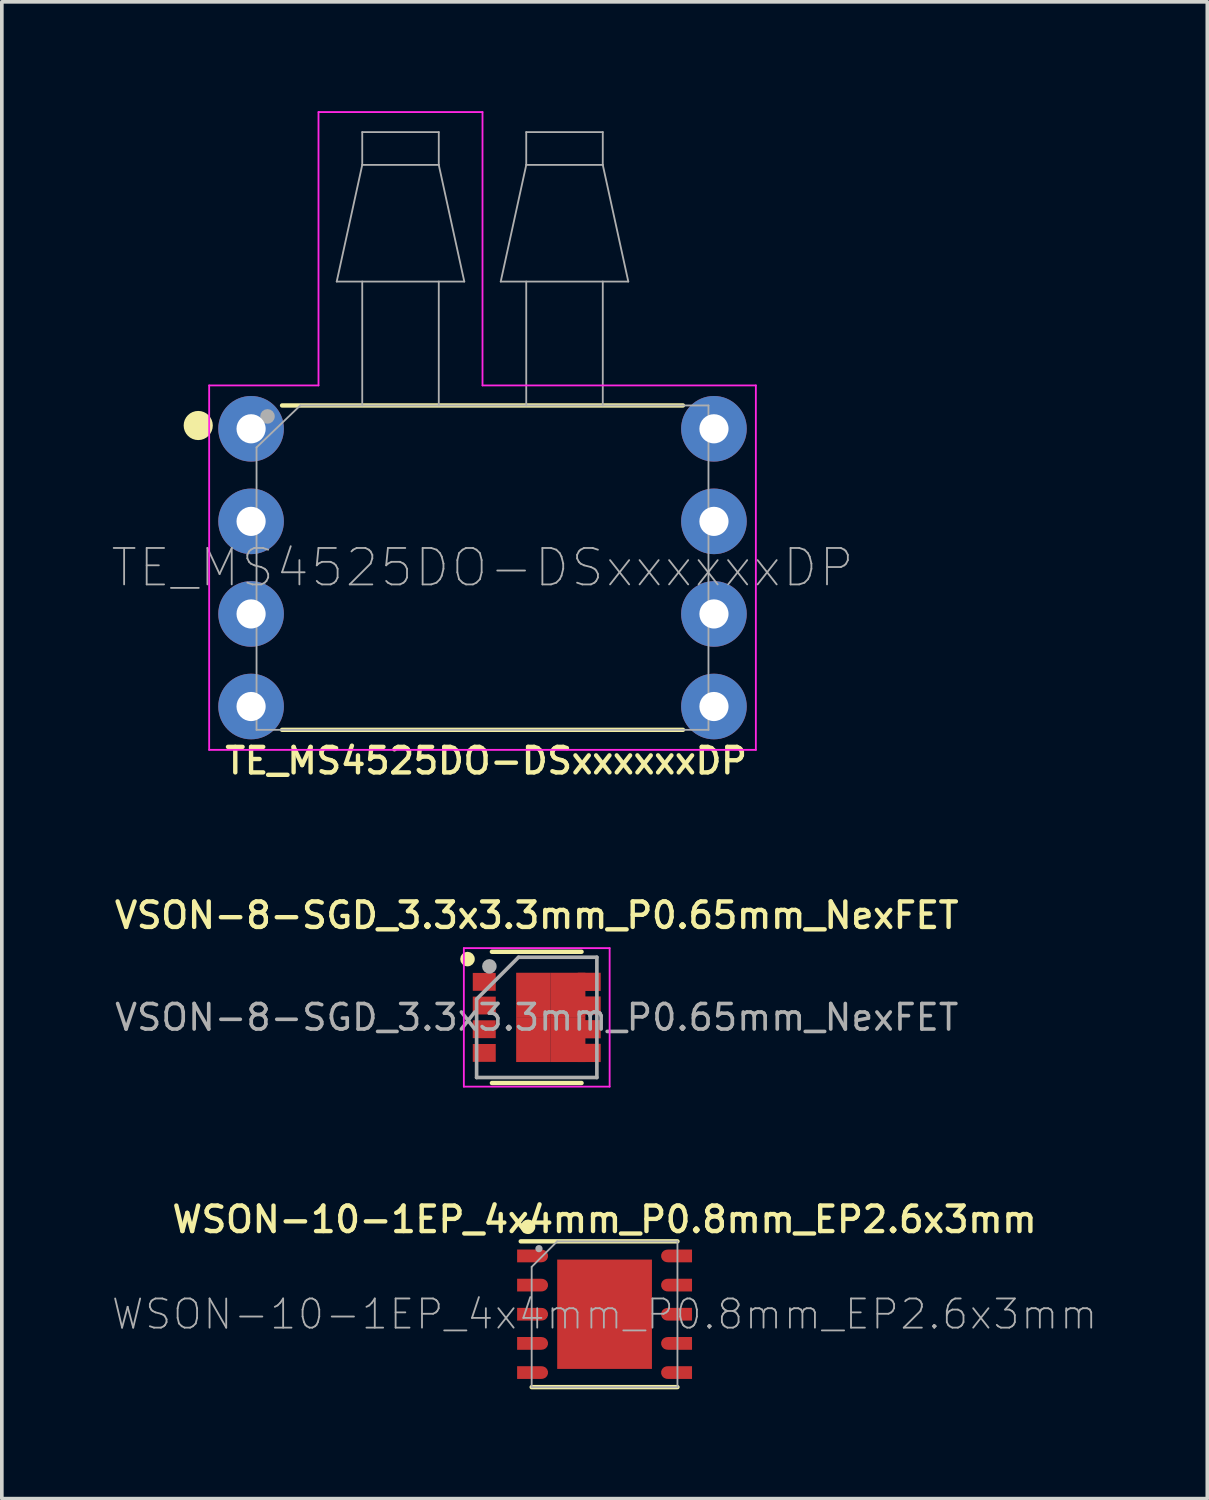
<source format=kicad_pcb>
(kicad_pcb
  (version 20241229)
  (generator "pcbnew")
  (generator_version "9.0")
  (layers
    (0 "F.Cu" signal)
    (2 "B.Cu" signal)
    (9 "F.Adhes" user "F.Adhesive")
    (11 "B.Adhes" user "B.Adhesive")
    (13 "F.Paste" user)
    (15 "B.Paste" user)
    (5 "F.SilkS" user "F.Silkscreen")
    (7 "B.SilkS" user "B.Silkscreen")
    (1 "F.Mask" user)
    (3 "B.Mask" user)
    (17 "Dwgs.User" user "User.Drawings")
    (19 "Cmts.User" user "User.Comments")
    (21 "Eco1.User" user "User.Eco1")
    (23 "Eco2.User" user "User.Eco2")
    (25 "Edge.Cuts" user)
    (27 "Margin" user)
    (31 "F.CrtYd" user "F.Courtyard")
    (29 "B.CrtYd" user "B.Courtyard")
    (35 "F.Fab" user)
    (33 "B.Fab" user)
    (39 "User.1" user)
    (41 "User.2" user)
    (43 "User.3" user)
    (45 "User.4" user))
  (footprint "WSON-10-1EP_4x4mm_P0.8mm_EP2.6x3mm"
    (layer "F.Cu")
    (at 13.538 33.01)
    (property "Reference" "WSON-10-1EP_4x4mm_P0.8mm_EP2.6x3mm" (at 0 -2.6 0) (layer "F.SilkS") (effects (font (size 0.7 0.7) (thickness 0.12))))
    (attr smd)
    (fp_line (start -2.3 -2) (end 2 -2) (stroke (width 0.12) (type solid)) (layer "F.SilkS"))
    (fp_line (start 2 2) (end -2 2) (stroke (width 0.12) (type solid)) (layer "F.SilkS"))
    (fp_circle (center -2.1 -2.4) (end -2 -2.4) (stroke (width 0.2) (type solid)) (fill no) (layer "F.SilkS"))
    (fp_line (start -2 -1.3) (end -1.3 -2) (stroke (width 0.05) (type solid)) (layer "F.Fab"))
    (fp_line (start -2 2) (end -2 -1.3) (stroke (width 0.05) (type solid)) (layer "F.Fab"))
    (fp_line (start -1.3 -2) (end 2 -2) (stroke (width 0.05) (type solid)) (layer "F.Fab"))
    (fp_line (start 2 -2) (end 2 2) (stroke (width 0.05) (type solid)) (layer "F.Fab"))
    (fp_line (start 2 2) (end -2 2) (stroke (width 0.05) (type solid)) (layer "F.Fab"))
    (fp_circle (center -1.8 -1.8) (end -1.75 -1.8) (stroke (width 0.1) (type solid)) (fill no) (layer "F.Fab"))
    (fp_text user "${REFERENCE}" (at 0 0 0) (layer "F.Fab") (effects (font (size 0.8 0.8) (thickness 0.05))))
    (pad "" smd rect (at -0.725 -0.725) (size 1.15 1.15) (layers "F.Paste"))
    (pad "" smd rect (at -0.725 0.725) (size 1.15 1.15) (layers "F.Paste"))
    (pad "" smd rect (at 0.725 -0.725) (size 1.15 1.15) (layers "F.Paste"))
    (pad "" smd rect (at 0.725 0.725) (size 1.15 1.15) (layers "F.Paste"))
    (pad "1" smd custom (at -2.062 -1.6) (size 0.675 0.35) (layers "F.Cu" "F.Mask" "F.Paste") (options (anchor rect)) (primitives (gr_circle (center 0.338 0) (end 0.512 0) (width 0) (fill yes))))
    (pad "2" smd custom (at -2.062 -0.8) (size 0.675 0.35) (layers "F.Cu" "F.Mask" "F.Paste") (options (anchor rect)) (primitives (gr_circle (center 0.338 0) (end 0.512 0) (width 0) (fill yes))))
    (pad "3" smd custom (at -2.062 0) (size 0.675 0.35) (layers "F.Cu" "F.Mask" "F.Paste") (options (anchor rect)) (primitives (gr_circle (center 0.338 0) (end 0.512 0) (width 0) (fill yes))))
    (pad "4" smd custom (at -2.062 0.8) (size 0.675 0.35) (layers "F.Cu" "F.Mask" "F.Paste") (options (anchor rect)) (primitives (gr_circle (center 0.338 0) (end 0.512 0) (width 0) (fill yes))))
    (pad "5" smd custom (at -2.062 1.6) (size 0.675 0.35) (layers "F.Cu" "F.Mask" "F.Paste") (options (anchor rect)) (primitives (gr_circle (center 0.338 0) (end 0.512 0) (width 0) (fill yes))))
    (pad "6" smd custom (at 2.062 1.6 180) (size 0.675 0.35) (layers "F.Cu" "F.Mask" "F.Paste") (options (anchor rect)) (primitives (gr_circle (center 0.338 0) (end 0.512 0) (width 0) (fill yes))))
    (pad "7" smd custom (at 2.062 0.8 180) (size 0.675 0.35) (layers "F.Cu" "F.Mask" "F.Paste") (options (anchor rect)) (primitives (gr_circle (center 0.338 0) (end 0.512 0) (width 0) (fill yes))))
    (pad "8" smd custom (at 2.062 0 180) (size 0.675 0.35) (layers "F.Cu" "F.Mask" "F.Paste") (options (anchor rect)) (primitives (gr_circle (center 0.338 0) (end 0.512 0) (width 0) (fill yes))))
    (pad "9" smd custom (at 2.062 -0.8 180) (size 0.675 0.35) (layers "F.Cu" "F.Mask" "F.Paste") (options (anchor rect)) (primitives (gr_circle (center 0.338 0) (end 0.512 0) (width 0) (fill yes))))
    (pad "10" smd custom (at 2.062 -1.6 180) (size 0.675 0.35) (layers "F.Cu" "F.Mask" "F.Paste") (options (anchor rect)) (primitives (gr_circle (center 0.338 0) (end 0.512 0) (width 0) (fill yes))))
    (pad "11" smd rect (at 0 0) (size 2.6 3) (layers "F.Cu" "F.Mask")))
  (footprint "TE_MS4525DO-DSxxxxxxDP"
    (layer "F.Cu")
    (at 10.189 12.525)
    (property "Reference" "TE_MS4525DO-DSxxxxxxDP" (at 0.1 5.3 0) (layer "F.SilkS") (effects (font (size 0.7 0.7) (thickness 0.12))))
    (attr through_hole)
    (fp_line (start -5.5 4.45) (end 5.5 4.45) (stroke (width 0.12) (type solid)) (layer "F.SilkS"))
    (fp_line (start 5.5 -4.45) (end -5.5 -4.45) (stroke (width 0.12) (type solid)) (layer "F.SilkS"))
    (fp_circle (center -7.8 -3.9) (end -7.6 -3.9) (stroke (width 0.4) (type solid)) (fill no) (layer "F.SilkS"))
    (fp_line (start -7.5 -5) (end -4.5 -5) (stroke (width 0.05) (type solid)) (layer "F.CrtYd"))
    (fp_line (start -7.5 5) (end -7.5 -5) (stroke (width 0.05) (type solid)) (layer "F.CrtYd"))
    (fp_line (start -4.5 -12.5) (end 0 -12.5) (stroke (width 0.05) (type solid)) (layer "F.CrtYd"))
    (fp_line (start -4.5 -5) (end -4.5 -12.5) (stroke (width 0.05) (type solid)) (layer "F.CrtYd"))
    (fp_line (start 0 -12.5) (end 0 -5) (stroke (width 0.05) (type solid)) (layer "F.CrtYd"))
    (fp_line (start 0 -5) (end 7.5 -5) (stroke (width 0.05) (type solid)) (layer "F.CrtYd"))
    (fp_line (start 7.5 -5) (end 7.5 5) (stroke (width 0.05) (type solid)) (layer "F.CrtYd"))
    (fp_line (start 7.5 5) (end -7.5 5) (stroke (width 0.05) (type solid)) (layer "F.CrtYd"))
    (fp_line (start -6.2 -3.3) (end -6.2 4.45) (stroke (width 0.05) (type solid)) (layer "F.Fab"))
    (fp_line (start -6.2 -3.3) (end -5 -4.45) (stroke (width 0.05) (type solid)) (layer "F.Fab"))
    (fp_line (start -6.2 4.45) (end 6.2 4.45) (stroke (width 0.05) (type solid)) (layer "F.Fab"))
    (fp_line (start -4 -7.85) (end -0.5 -7.85) (stroke (width 0.05) (type solid)) (layer "F.Fab"))
    (fp_line (start -3.3 -11.95) (end -1.2 -11.95) (stroke (width 0.05) (type solid)) (layer "F.Fab"))
    (fp_line (start -3.3 -11.05) (end -4 -7.85) (stroke (width 0.05) (type solid)) (layer "F.Fab"))
    (fp_line (start -3.3 -11.05) (end -3.3 -11.95) (stroke (width 0.05) (type solid)) (layer "F.Fab"))
    (fp_line (start -3.3 -4.45) (end -3.3 -7.85) (stroke (width 0.05) (type solid)) (layer "F.Fab"))
    (fp_line (start -1.2 -11.95) (end -1.2 -11.05) (stroke (width 0.05) (type solid)) (layer "F.Fab"))
    (fp_line (start -1.2 -11.05) (end -3.3 -11.05) (stroke (width 0.05) (type solid)) (layer "F.Fab"))
    (fp_line (start -1.2 -4.45) (end -1.2 -7.85) (stroke (width 0.05) (type solid)) (layer "F.Fab"))
    (fp_line (start -0.5 -7.85) (end -1.2 -11.05) (stroke (width 0.05) (type solid)) (layer "F.Fab"))
    (fp_line (start 0.5 -7.85) (end 4 -7.85) (stroke (width 0.05) (type solid)) (layer "F.Fab"))
    (fp_line (start 1.2 -11.95) (end 3.3 -11.95) (stroke (width 0.05) (type solid)) (layer "F.Fab"))
    (fp_line (start 1.2 -11.05) (end 0.5 -7.85) (stroke (width 0.05) (type solid)) (layer "F.Fab"))
    (fp_line (start 1.2 -11.05) (end 1.2 -11.95) (stroke (width 0.05) (type solid)) (layer "F.Fab"))
    (fp_line (start 1.2 -4.45) (end 1.2 -7.85) (stroke (width 0.05) (type solid)) (layer "F.Fab"))
    (fp_line (start 3.3 -11.95) (end 3.3 -11.05) (stroke (width 0.05) (type solid)) (layer "F.Fab"))
    (fp_line (start 3.3 -11.05) (end 1.2 -11.05) (stroke (width 0.05) (type solid)) (layer "F.Fab"))
    (fp_line (start 3.3 -4.45) (end 3.3 -7.85) (stroke (width 0.05) (type solid)) (layer "F.Fab"))
    (fp_line (start 4 -7.85) (end 3.3 -11.05) (stroke (width 0.05) (type solid)) (layer "F.Fab"))
    (fp_line (start 6.2 -4.45) (end -5 -4.45) (stroke (width 0.05) (type solid)) (layer "F.Fab"))
    (fp_line (start 6.2 4.45) (end 6.2 -4.45) (stroke (width 0.05) (type solid)) (layer "F.Fab"))
    (fp_circle (center -5.9 -4.15) (end -5.8 -4.15) (stroke (width 0.2) (type solid)) (fill no) (layer "F.Fab"))
    (fp_text user "${REFERENCE}" (at 0 0 0) (layer "F.Fab") (effects (font (size 1 1) (thickness 0.05))))
    (pad "1" thru_hole circle (at -6.35 -3.81) (size 1.8 1.8) (drill 0.8) (layers "*.Cu" "*.Mask"))
    (pad "2" thru_hole circle (at -6.35 -1.27) (size 1.8 1.8) (drill 0.8) (layers "*.Cu" "*.Mask"))
    (pad "3" thru_hole circle (at -6.35 1.27) (size 1.8 1.8) (drill 0.8) (layers "*.Cu" "*.Mask"))
    (pad "4" thru_hole circle (at -6.35 3.81) (size 1.8 1.8) (drill 0.8) (layers "*.Cu" "*.Mask"))
    (pad "5" thru_hole circle (at 6.35 3.81) (size 1.8 1.8) (drill 0.8) (layers "*.Cu" "*.Mask"))
    (pad "6" thru_hole circle (at 6.35 1.27) (size 1.8 1.8) (drill 0.8) (layers "*.Cu" "*.Mask"))
    (pad "7" thru_hole circle (at 6.35 -1.27) (size 1.8 1.8) (drill 0.8) (layers "*.Cu" "*.Mask"))
    (pad "8" thru_hole circle (at 6.35 -3.81) (size 1.8 1.8) (drill 0.8) (layers "*.Cu" "*.Mask")))
  (footprint "VSON-8-SGD_3.3x3.3mm_P0.65mm_NexFET"
    (layer "F.Cu")
    (at 11.677 24.865)
    (property "Reference" "VSON-8-SGD_3.3x3.3mm_P0.65mm_NexFET" (at 0 -2.8 0) (layer "F.SilkS") (effects (font (size 0.7 0.7) (thickness 0.12))))
    (attr smd)
    (fp_line (start -1.23 -1.8) (end 1.23 -1.8) (stroke (width 0.12) (type solid)) (layer "F.SilkS"))
    (fp_line (start -1.23 1.8) (end 1.23 1.8) (stroke (width 0.12) (type solid)) (layer "F.SilkS"))
    (fp_circle (center -1.9 -1.6) (end -1.8 -1.6) (stroke (width 0.2) (type solid)) (fill no) (layer "F.SilkS"))
    (fp_line (start -2 -1.9) (end -2 1.9) (stroke (width 0.05) (type solid)) (layer "F.CrtYd"))
    (fp_line (start -2 -1.9) (end 2 -1.9) (stroke (width 0.05) (type solid)) (layer "F.CrtYd"))
    (fp_line (start -2 1.9) (end 2 1.9) (stroke (width 0.05) (type solid)) (layer "F.CrtYd"))
    (fp_line (start 2 -1.9) (end 2 1.9) (stroke (width 0.05) (type solid)) (layer "F.CrtYd"))
    (fp_line (start -1.65 -0.5) (end -0.5 -1.65) (stroke (width 0.1) (type solid)) (layer "F.Fab"))
    (fp_line (start -1.65 1.65) (end -1.65 -0.5) (stroke (width 0.1) (type solid)) (layer "F.Fab"))
    (fp_line (start -0.5 -1.65) (end 1.65 -1.65) (stroke (width 0.1) (type solid)) (layer "F.Fab"))
    (fp_line (start 1.65 -1.65) (end 1.65 1.65) (stroke (width 0.1) (type solid)) (layer "F.Fab"))
    (fp_line (start 1.65 1.65) (end -1.65 1.65) (stroke (width 0.1) (type solid)) (layer "F.Fab"))
    (fp_circle (center -1.3 -1.4) (end -1.2 -1.4) (stroke (width 0.2) (type solid)) (fill no) (layer "F.Fab"))
    (fp_text user "${REFERENCE}" (at 0 0 0) (layer "F.Fab") (effects (font (size 0.7 0.7) (thickness 0.1))))
    (pad "1" smd rect (at -1.44 -0.975) (size 0.63 0.49) (layers "F.Cu" "F.Mask" "F.Paste"))
    (pad "1" smd rect (at -1.44 -0.325) (size 0.63 0.49) (layers "F.Cu" "F.Mask" "F.Paste"))
    (pad "1" smd rect (at -1.44 0.325) (size 0.63 0.49) (layers "F.Cu" "F.Mask" "F.Paste"))
    (pad "2" smd rect (at -1.44 0.975) (size 0.63 0.49) (layers "F.Cu" "F.Mask" "F.Paste"))
    (pad "3" smd rect (at -0.09 -0.61) (size 0.95 1.23) (layers "F.Cu" "F.Mask" "F.Paste"))
    (pad "3" smd rect (at -0.09 0.61) (size 0.95 1.23) (layers "F.Cu" "F.Mask" "F.Paste"))
    (pad "3" smd rect (at 0.86 -0.61) (size 0.95 1.23) (layers "F.Cu" "F.Mask" "F.Paste"))
    (pad "3" smd rect (at 0.86 0.61) (size 0.95 1.23) (layers "F.Cu" "F.Mask" "F.Paste"))
    (pad "3" smd rect (at 1.44 -0.975) (size 0.63 0.5) (layers "F.Cu" "F.Mask" "F.Paste"))
    (pad "3" smd rect (at 1.44 -0.325) (size 0.63 0.5) (layers "F.Cu" "F.Mask" "F.Paste"))
    (pad "3" smd rect (at 1.44 0.325) (size 0.63 0.5) (layers "F.Cu" "F.Mask" "F.Paste"))
    (pad "3" smd rect (at 1.44 0.975) (size 0.63 0.5) (layers "F.Cu" "F.Mask" "F.Paste")))
  (gr_rect
    (start -3 -3)
    (end 30.076 38.07)
    (stroke (width 0.1) (type default))
    (fill no)
    (layer "Edge.Cuts")))
</source>
